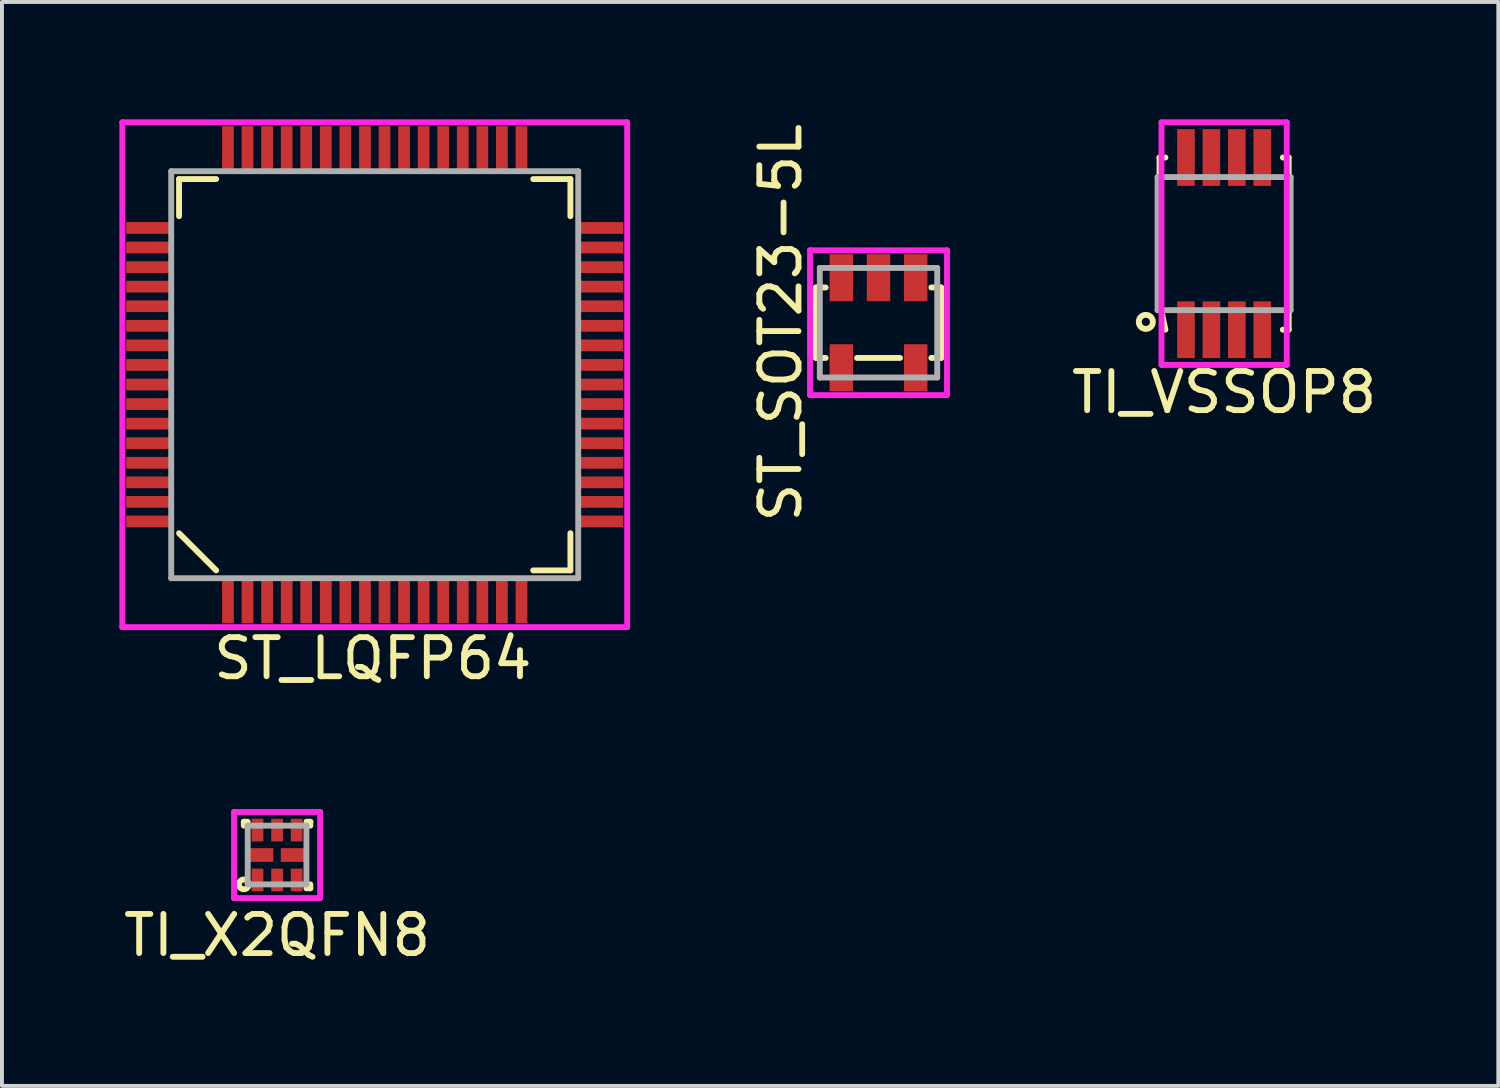
<source format=kicad_pcb>
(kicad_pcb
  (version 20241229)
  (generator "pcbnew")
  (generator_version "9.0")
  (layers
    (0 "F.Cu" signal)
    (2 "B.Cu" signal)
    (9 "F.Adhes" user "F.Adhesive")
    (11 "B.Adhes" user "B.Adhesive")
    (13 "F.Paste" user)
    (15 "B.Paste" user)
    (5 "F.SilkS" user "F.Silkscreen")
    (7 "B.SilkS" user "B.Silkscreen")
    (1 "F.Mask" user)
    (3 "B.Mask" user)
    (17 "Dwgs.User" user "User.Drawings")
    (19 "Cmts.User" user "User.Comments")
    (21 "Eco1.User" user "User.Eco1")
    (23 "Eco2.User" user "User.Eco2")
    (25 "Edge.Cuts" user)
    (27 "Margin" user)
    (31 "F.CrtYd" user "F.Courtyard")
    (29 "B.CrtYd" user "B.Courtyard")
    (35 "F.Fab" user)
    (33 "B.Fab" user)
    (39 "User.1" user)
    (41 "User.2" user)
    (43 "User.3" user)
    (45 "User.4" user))
  (footprint "ST_LQFP64"
    (layer "F.Cu")
    (at 6.525 6.525)
    (property "Reference" "ST_LQFP64" (at -0.05 7.25 0) (layer "F.SilkS") (effects (font (size 1 1) (thickness 0.15))))
    (attr through_hole)
    (fp_line (start -5 -5) (end -5 -4.05) (stroke (width 0.15) (type solid)) (layer "F.SilkS"))
    (fp_line (start -5 4.05) (end -4.05 5) (stroke (width 0.15) (type solid)) (layer "F.SilkS"))
    (fp_line (start -4.05 -5) (end -5 -5) (stroke (width 0.15) (type solid)) (layer "F.SilkS"))
    (fp_line (start 4.05 5) (end 5 5) (stroke (width 0.15) (type solid)) (layer "F.SilkS"))
    (fp_line (start 5 -5) (end 4.05 -5) (stroke (width 0.15) (type solid)) (layer "F.SilkS"))
    (fp_line (start 5 -4.05) (end 5 -5) (stroke (width 0.15) (type solid)) (layer "F.SilkS"))
    (fp_line (start 5 5) (end 5 4.05) (stroke (width 0.15) (type solid)) (layer "F.SilkS"))
    (fp_line (start -6.45 -6.45) (end 6.45 -6.45) (stroke (width 0.15) (type solid)) (layer "F.CrtYd"))
    (fp_line (start -6.45 6.45) (end -6.45 -6.45) (stroke (width 0.15) (type solid)) (layer "F.CrtYd"))
    (fp_line (start 6.45 -6.45) (end 6.45 6.45) (stroke (width 0.15) (type solid)) (layer "F.CrtYd"))
    (fp_line (start 6.45 6.45) (end -6.45 6.45) (stroke (width 0.15) (type solid)) (layer "F.CrtYd"))
    (fp_line (start -5.2 -5.2) (end 5.2 -5.2) (stroke (width 0.15) (type solid)) (layer "F.Fab"))
    (fp_line (start -5.2 5.2) (end -5.2 -5.2) (stroke (width 0.15) (type solid)) (layer "F.Fab"))
    (fp_line (start 5.2 -5.2) (end 5.2 5.2) (stroke (width 0.15) (type solid)) (layer "F.Fab"))
    (fp_line (start 5.2 5.2) (end -5.2 5.2) (stroke (width 0.15) (type solid)) (layer "F.Fab"))
    (pad "1" smd rect (at -3.75 5.75) (size 0.3 1.2) (layers "F.Cu" "F.Mask" "F.Paste"))
    (pad "2" smd rect (at -3.25 5.75) (size 0.3 1.2) (layers "F.Cu" "F.Mask" "F.Paste"))
    (pad "3" smd rect (at -2.75 5.75) (size 0.3 1.2) (layers "F.Cu" "F.Mask" "F.Paste"))
    (pad "4" smd rect (at -2.25 5.75) (size 0.3 1.2) (layers "F.Cu" "F.Mask" "F.Paste"))
    (pad "5" smd rect (at -1.75 5.75) (size 0.3 1.2) (layers "F.Cu" "F.Mask" "F.Paste"))
    (pad "6" smd rect (at -1.25 5.75) (size 0.3 1.2) (layers "F.Cu" "F.Mask" "F.Paste"))
    (pad "7" smd rect (at -0.75 5.75) (size 0.3 1.2) (layers "F.Cu" "F.Mask" "F.Paste"))
    (pad "8" smd rect (at -0.25 5.75) (size 0.3 1.2) (layers "F.Cu" "F.Mask" "F.Paste"))
    (pad "9" smd rect (at 0.25 5.75) (size 0.3 1.2) (layers "F.Cu" "F.Mask" "F.Paste"))
    (pad "10" smd rect (at 0.75 5.75) (size 0.3 1.2) (layers "F.Cu" "F.Mask" "F.Paste"))
    (pad "11" smd rect (at 1.25 5.75) (size 0.3 1.2) (layers "F.Cu" "F.Mask" "F.Paste"))
    (pad "12" smd rect (at 1.75 5.75) (size 0.3 1.2) (layers "F.Cu" "F.Mask" "F.Paste"))
    (pad "13" smd rect (at 2.25 5.75) (size 0.3 1.2) (layers "F.Cu" "F.Mask" "F.Paste"))
    (pad "14" smd rect (at 2.75 5.75) (size 0.3 1.2) (layers "F.Cu" "F.Mask" "F.Paste"))
    (pad "15" smd rect (at 3.25 5.75) (size 0.3 1.2) (layers "F.Cu" "F.Mask" "F.Paste"))
    (pad "16" smd rect (at 3.75 5.75) (size 0.3 1.2) (layers "F.Cu" "F.Mask" "F.Paste"))
    (pad "17" smd rect (at 5.75 3.75) (size 1.2 0.3) (layers "F.Cu" "F.Mask" "F.Paste"))
    (pad "18" smd rect (at 5.75 3.25) (size 1.2 0.3) (layers "F.Cu" "F.Mask" "F.Paste"))
    (pad "19" smd rect (at 5.75 2.75) (size 1.2 0.3) (layers "F.Cu" "F.Mask" "F.Paste"))
    (pad "20" smd rect (at 5.75 2.25) (size 1.2 0.3) (layers "F.Cu" "F.Mask" "F.Paste"))
    (pad "21" smd rect (at 5.75 1.75) (size 1.2 0.3) (layers "F.Cu" "F.Mask" "F.Paste"))
    (pad "22" smd rect (at 5.75 1.25) (size 1.2 0.3) (layers "F.Cu" "F.Mask" "F.Paste"))
    (pad "23" smd rect (at 5.75 0.75) (size 1.2 0.3) (layers "F.Cu" "F.Mask" "F.Paste"))
    (pad "24" smd rect (at 5.75 0.25) (size 1.2 0.3) (layers "F.Cu" "F.Mask" "F.Paste"))
    (pad "25" smd rect (at 5.75 -0.25) (size 1.2 0.3) (layers "F.Cu" "F.Mask" "F.Paste"))
    (pad "26" smd rect (at 5.75 -0.75) (size 1.2 0.3) (layers "F.Cu" "F.Mask" "F.Paste"))
    (pad "27" smd rect (at 5.75 -1.25) (size 1.2 0.3) (layers "F.Cu" "F.Mask" "F.Paste"))
    (pad "28" smd rect (at 5.75 -1.75) (size 1.2 0.3) (layers "F.Cu" "F.Mask" "F.Paste"))
    (pad "29" smd rect (at 5.75 -2.25) (size 1.2 0.3) (layers "F.Cu" "F.Mask" "F.Paste"))
    (pad "30" smd rect (at 5.75 -2.75) (size 1.2 0.3) (layers "F.Cu" "F.Mask" "F.Paste"))
    (pad "31" smd rect (at 5.75 -3.25) (size 1.2 0.3) (layers "F.Cu" "F.Mask" "F.Paste"))
    (pad "32" smd rect (at 5.75 -3.75) (size 1.2 0.3) (layers "F.Cu" "F.Mask" "F.Paste"))
    (pad "33" smd rect (at 3.75 -5.75) (size 0.3 1.2) (layers "F.Cu" "F.Mask" "F.Paste"))
    (pad "34" smd rect (at 3.25 -5.75) (size 0.3 1.2) (layers "F.Cu" "F.Mask" "F.Paste"))
    (pad "35" smd rect (at 2.75 -5.75) (size 0.3 1.2) (layers "F.Cu" "F.Mask" "F.Paste"))
    (pad "36" smd rect (at 2.25 -5.75) (size 0.3 1.2) (layers "F.Cu" "F.Mask" "F.Paste"))
    (pad "37" smd rect (at 1.75 -5.75) (size 0.3 1.2) (layers "F.Cu" "F.Mask" "F.Paste"))
    (pad "38" smd rect (at 1.25 -5.75) (size 0.3 1.2) (layers "F.Cu" "F.Mask" "F.Paste"))
    (pad "39" smd rect (at 0.75 -5.75) (size 0.3 1.2) (layers "F.Cu" "F.Mask" "F.Paste"))
    (pad "40" smd rect (at 0.25 -5.75) (size 0.3 1.2) (layers "F.Cu" "F.Mask" "F.Paste"))
    (pad "41" smd rect (at -0.25 -5.75) (size 0.3 1.2) (layers "F.Cu" "F.Mask" "F.Paste"))
    (pad "42" smd rect (at -0.75 -5.75) (size 0.3 1.2) (layers "F.Cu" "F.Mask" "F.Paste"))
    (pad "43" smd rect (at -1.25 -5.75) (size 0.3 1.2) (layers "F.Cu" "F.Mask" "F.Paste"))
    (pad "44" smd rect (at -1.75 -5.75) (size 0.3 1.2) (layers "F.Cu" "F.Mask" "F.Paste"))
    (pad "45" smd rect (at -2.25 -5.75) (size 0.3 1.2) (layers "F.Cu" "F.Mask" "F.Paste"))
    (pad "46" smd rect (at -2.75 -5.75) (size 0.3 1.2) (layers "F.Cu" "F.Mask" "F.Paste"))
    (pad "47" smd rect (at -3.25 -5.75) (size 0.3 1.2) (layers "F.Cu" "F.Mask" "F.Paste"))
    (pad "48" smd rect (at -3.75 -5.75) (size 0.3 1.2) (layers "F.Cu" "F.Mask" "F.Paste"))
    (pad "49" smd rect (at -5.75 -3.75) (size 1.2 0.3) (layers "F.Cu" "F.Mask" "F.Paste"))
    (pad "50" smd rect (at -5.75 -3.25) (size 1.2 0.3) (layers "F.Cu" "F.Mask" "F.Paste"))
    (pad "51" smd rect (at -5.75 -2.75) (size 1.2 0.3) (layers "F.Cu" "F.Mask" "F.Paste"))
    (pad "52" smd rect (at -5.75 -2.25) (size 1.2 0.3) (layers "F.Cu" "F.Mask" "F.Paste"))
    (pad "53" smd rect (at -5.75 -1.75) (size 1.2 0.3) (layers "F.Cu" "F.Mask" "F.Paste"))
    (pad "54" smd rect (at -5.75 -1.25) (size 1.2 0.3) (layers "F.Cu" "F.Mask" "F.Paste"))
    (pad "55" smd rect (at -5.75 -0.75) (size 1.2 0.3) (layers "F.Cu" "F.Mask" "F.Paste"))
    (pad "56" smd rect (at -5.75 -0.25) (size 1.2 0.3) (layers "F.Cu" "F.Mask" "F.Paste"))
    (pad "57" smd rect (at -5.75 0.25) (size 1.2 0.3) (layers "F.Cu" "F.Mask" "F.Paste"))
    (pad "58" smd rect (at -5.75 0.75) (size 1.2 0.3) (layers "F.Cu" "F.Mask" "F.Paste"))
    (pad "59" smd rect (at -5.75 1.25) (size 1.2 0.3) (layers "F.Cu" "F.Mask" "F.Paste"))
    (pad "60" smd rect (at -5.75 1.75) (size 1.2 0.3) (layers "F.Cu" "F.Mask" "F.Paste"))
    (pad "61" smd rect (at -5.75 2.25) (size 1.2 0.3) (layers "F.Cu" "F.Mask" "F.Paste"))
    (pad "62" smd rect (at -5.75 2.75) (size 1.2 0.3) (layers "F.Cu" "F.Mask" "F.Paste"))
    (pad "63" smd rect (at -5.75 3.25) (size 1.2 0.3) (layers "F.Cu" "F.Mask" "F.Paste"))
    (pad "64" smd rect (at -5.75 3.75) (size 1.2 0.3) (layers "F.Cu" "F.Mask" "F.Paste")))
  (footprint "TI_VSSOP8"
    (layer "F.Cu")
    (at 28.229 3.175)
    (property "Reference" "TI_VSSOP8" (at 0 3.8 0) (layer "F.SilkS") (effects (font (size 1 1) (thickness 0.15))))
    (attr through_hole)
    (fp_line (start -1.65 -2.2) (end -1.65 -1.5) (stroke (width 0.15) (type solid)) (layer "F.SilkS"))
    (fp_line (start -1.65 1.5) (end -1.5 2.2) (stroke (width 0.15) (type solid)) (layer "F.SilkS"))
    (fp_line (start -1.5 -2.2) (end -1.65 -2.2) (stroke (width 0.15) (type solid)) (layer "F.SilkS"))
    (fp_line (start 1.5 2.2) (end 1.65 2.2) (stroke (width 0.15) (type solid)) (layer "F.SilkS"))
    (fp_line (start 1.65 -2.2) (end 1.5 -2.2) (stroke (width 0.15) (type solid)) (layer "F.SilkS"))
    (fp_line (start 1.65 -1.5) (end 1.65 -2.2) (stroke (width 0.15) (type solid)) (layer "F.SilkS"))
    (fp_line (start 1.65 2.2) (end 1.65 1.5) (stroke (width 0.15) (type solid)) (layer "F.SilkS"))
    (fp_circle (center -2 2) (end -1.9 2.15) (stroke (width 0.15) (type solid)) (fill no) (layer "F.SilkS"))
    (fp_line (start -1.6 -3.1) (end 1.6 -3.1) (stroke (width 0.15) (type solid)) (layer "F.CrtYd"))
    (fp_line (start -1.6 3.1) (end -1.6 -3.1) (stroke (width 0.15) (type solid)) (layer "F.CrtYd"))
    (fp_line (start 1.6 -3.1) (end 1.6 3.1) (stroke (width 0.15) (type solid)) (layer "F.CrtYd"))
    (fp_line (start 1.6 3.1) (end -1.6 3.1) (stroke (width 0.15) (type solid)) (layer "F.CrtYd"))
    (fp_line (start -1.7 -1.7) (end 1.7 -1.7) (stroke (width 0.15) (type solid)) (layer "F.Fab"))
    (fp_line (start -1.7 1.7) (end -1.7 -1.7) (stroke (width 0.15) (type solid)) (layer "F.Fab"))
    (fp_line (start 1.7 -1.7) (end 1.7 1.7) (stroke (width 0.15) (type solid)) (layer "F.Fab"))
    (fp_line (start 1.7 1.7) (end -1.7 1.7) (stroke (width 0.15) (type solid)) (layer "F.Fab"))
    (pad "1" smd rect (at -0.975 2.2) (size 0.45 1.45) (layers "F.Cu" "F.Mask" "F.Paste"))
    (pad "2" smd rect (at -0.325 2.2) (size 0.45 1.45) (layers "F.Cu" "F.Mask" "F.Paste"))
    (pad "3" smd rect (at 0.325 2.2) (size 0.45 1.45) (layers "F.Cu" "F.Mask" "F.Paste"))
    (pad "4" smd rect (at 0.975 2.2) (size 0.45 1.45) (layers "F.Cu" "F.Mask" "F.Paste"))
    (pad "5" smd rect (at 0.975 -2.2) (size 0.45 1.45) (layers "F.Cu" "F.Mask" "F.Paste"))
    (pad "6" smd rect (at 0.325 -2.2) (size 0.45 1.45) (layers "F.Cu" "F.Mask" "F.Paste"))
    (pad "7" smd rect (at -0.325 -2.2) (size 0.45 1.45) (layers "F.Cu" "F.Mask" "F.Paste"))
    (pad "8" smd rect (at -0.975 -2.2) (size 0.45 1.45) (layers "F.Cu" "F.Mask" "F.Paste")))
  (footprint "TI_X2QFN8"
    (layer "F.Cu")
    (at 4.03 18.798)
    (property "Reference" "TI_X2QFN8" (at 0 2.05 0) (layer "F.SilkS") (effects (font (size 1 1) (thickness 0.15))))
    (attr through_hole)
    (fp_line (start -0.85 -0.85) (end -0.85 -0.75) (stroke (width 0.15) (type solid)) (layer "F.SilkS"))
    (fp_line (start -0.75 -0.85) (end -0.85 -0.85) (stroke (width 0.15) (type solid)) (layer "F.SilkS"))
    (fp_line (start 0.75 -0.85) (end 0.85 -0.85) (stroke (width 0.15) (type solid)) (layer "F.SilkS"))
    (fp_line (start 0.85 -0.85) (end 0.85 -0.75) (stroke (width 0.15) (type solid)) (layer "F.SilkS"))
    (fp_line (start 0.85 0.75) (end 0.85 0.85) (stroke (width 0.15) (type solid)) (layer "F.SilkS"))
    (fp_line (start 0.85 0.85) (end 0.75 0.85) (stroke (width 0.15) (type solid)) (layer "F.SilkS"))
    (fp_circle (center -0.85 0.75) (end -0.9 0.75) (stroke (width 0.15) (type solid)) (fill no) (layer "F.SilkS"))
    (fp_line (start -1.1 -1.1) (end 1.1 -1.1) (stroke (width 0.15) (type solid)) (layer "F.CrtYd"))
    (fp_line (start -1.1 1.1) (end -1.1 -1.1) (stroke (width 0.15) (type solid)) (layer "F.CrtYd"))
    (fp_line (start 1.1 -1.1) (end 1.1 1.1) (stroke (width 0.15) (type solid)) (layer "F.CrtYd"))
    (fp_line (start 1.1 1.1) (end -1.1 1.1) (stroke (width 0.15) (type solid)) (layer "F.CrtYd"))
    (fp_line (start -0.75 -0.75) (end 0.75 -0.75) (stroke (width 0.15) (type solid)) (layer "F.Fab"))
    (fp_line (start -0.75 0.75) (end -0.75 -0.75) (stroke (width 0.15) (type solid)) (layer "F.Fab"))
    (fp_line (start 0.75 -0.75) (end 0.75 0.75) (stroke (width 0.15) (type solid)) (layer "F.Fab"))
    (fp_line (start 0.75 0.75) (end -0.75 0.75) (stroke (width 0.15) (type solid)) (layer "F.Fab"))
    (pad "1" smd rect (at -0.5 0.637) (size 0.3 0.58) (layers "F.Cu" "F.Mask" "F.Paste"))
    (pad "2" smd rect (at 0 0.637) (size 0.3 0.58) (layers "F.Cu" "F.Mask" "F.Paste"))
    (pad "3" smd rect (at 0.5 0.637) (size 0.3 0.58) (layers "F.Cu" "F.Mask" "F.Paste"))
    (pad "4" smd rect (at 0.41 0) (size 0.63 0.35) (layers "F.Cu" "F.Mask" "F.Paste"))
    (pad "5" smd rect (at 0.5 -0.637) (size 0.3 0.58) (layers "F.Cu" "F.Mask" "F.Paste"))
    (pad "6" smd rect (at 0 -0.637) (size 0.3 0.58) (layers "F.Cu" "F.Mask" "F.Paste"))
    (pad "7" smd rect (at -0.5 -0.637) (size 0.3 0.58) (layers "F.Cu" "F.Mask" "F.Paste"))
    (pad "8" smd rect (at -0.41 0) (size 0.63 0.35) (layers "F.Cu" "F.Mask" "F.Paste")))
  (footprint "ST_SOT23-5L"
    (layer "F.Cu")
    (at 19.398 5.196)
    (property "Reference" "ST_SOT23-5L" (at -2.5 0 90) (layer "F.SilkS") (effects (font (size 1 1) (thickness 0.15))))
    (attr through_hole)
    (fp_line (start -1.6 -0.9) (end -1.6 0.9) (stroke (width 0.15) (type solid)) (layer "F.SilkS"))
    (fp_line (start -1.6 0.9) (end -1.35 0.9) (stroke (width 0.15) (type solid)) (layer "F.SilkS"))
    (fp_line (start -1.35 -0.9) (end -1.6 -0.9) (stroke (width 0.15) (type solid)) (layer "F.SilkS"))
    (fp_line (start -0.55 0.9) (end 0.55 0.9) (stroke (width 0.15) (type solid)) (layer "F.SilkS"))
    (fp_line (start 1.35 -0.9) (end 1.6 -0.9) (stroke (width 0.15) (type solid)) (layer "F.SilkS"))
    (fp_line (start 1.6 -0.9) (end 1.6 0.9) (stroke (width 0.15) (type solid)) (layer "F.SilkS"))
    (fp_line (start 1.6 0.9) (end 1.35 0.9) (stroke (width 0.15) (type solid)) (layer "F.SilkS"))
    (fp_line (start -1.75 -1.85) (end 1.75 -1.85) (stroke (width 0.15) (type solid)) (layer "F.CrtYd"))
    (fp_line (start -1.75 1.85) (end -1.75 -1.85) (stroke (width 0.15) (type solid)) (layer "F.CrtYd"))
    (fp_line (start 1.75 -1.85) (end 1.75 1.85) (stroke (width 0.15) (type solid)) (layer "F.CrtYd"))
    (fp_line (start 1.75 1.85) (end -1.75 1.85) (stroke (width 0.15) (type solid)) (layer "F.CrtYd"))
    (fp_line (start -1.5 -1.4) (end 1.5 -1.4) (stroke (width 0.15) (type solid)) (layer "F.Fab"))
    (fp_line (start -1.5 1.4) (end -1.5 -1.4) (stroke (width 0.15) (type solid)) (layer "F.Fab"))
    (fp_line (start 1.5 -1.4) (end 1.5 1.4) (stroke (width 0.15) (type solid)) (layer "F.Fab"))
    (fp_line (start 1.5 1.4) (end -1.5 1.4) (stroke (width 0.15) (type solid)) (layer "F.Fab"))
    (pad "1" smd rect (at 0.95 -1.15) (size 0.6 1.2) (layers "F.Cu" "F.Mask" "F.Paste"))
    (pad "2" smd rect (at 0 -1.15) (size 0.6 1.2) (layers "F.Cu" "F.Mask" "F.Paste"))
    (pad "3" smd rect (at -0.95 -1.15) (size 0.6 1.2) (layers "F.Cu" "F.Mask" "F.Paste"))
    (pad "4" smd rect (at -0.95 1.15) (size 0.6 1.2) (layers "F.Cu" "F.Mask" "F.Paste"))
    (pad "5" smd rect (at 0.95 1.15) (size 0.6 1.2) (layers "F.Cu" "F.Mask" "F.Paste")))
  (gr_rect
    (start -3 -3)
    (end 35.235 24.697)
    (stroke (width 0.1) (type default))
    (fill no)
    (layer "Edge.Cuts")))
</source>
